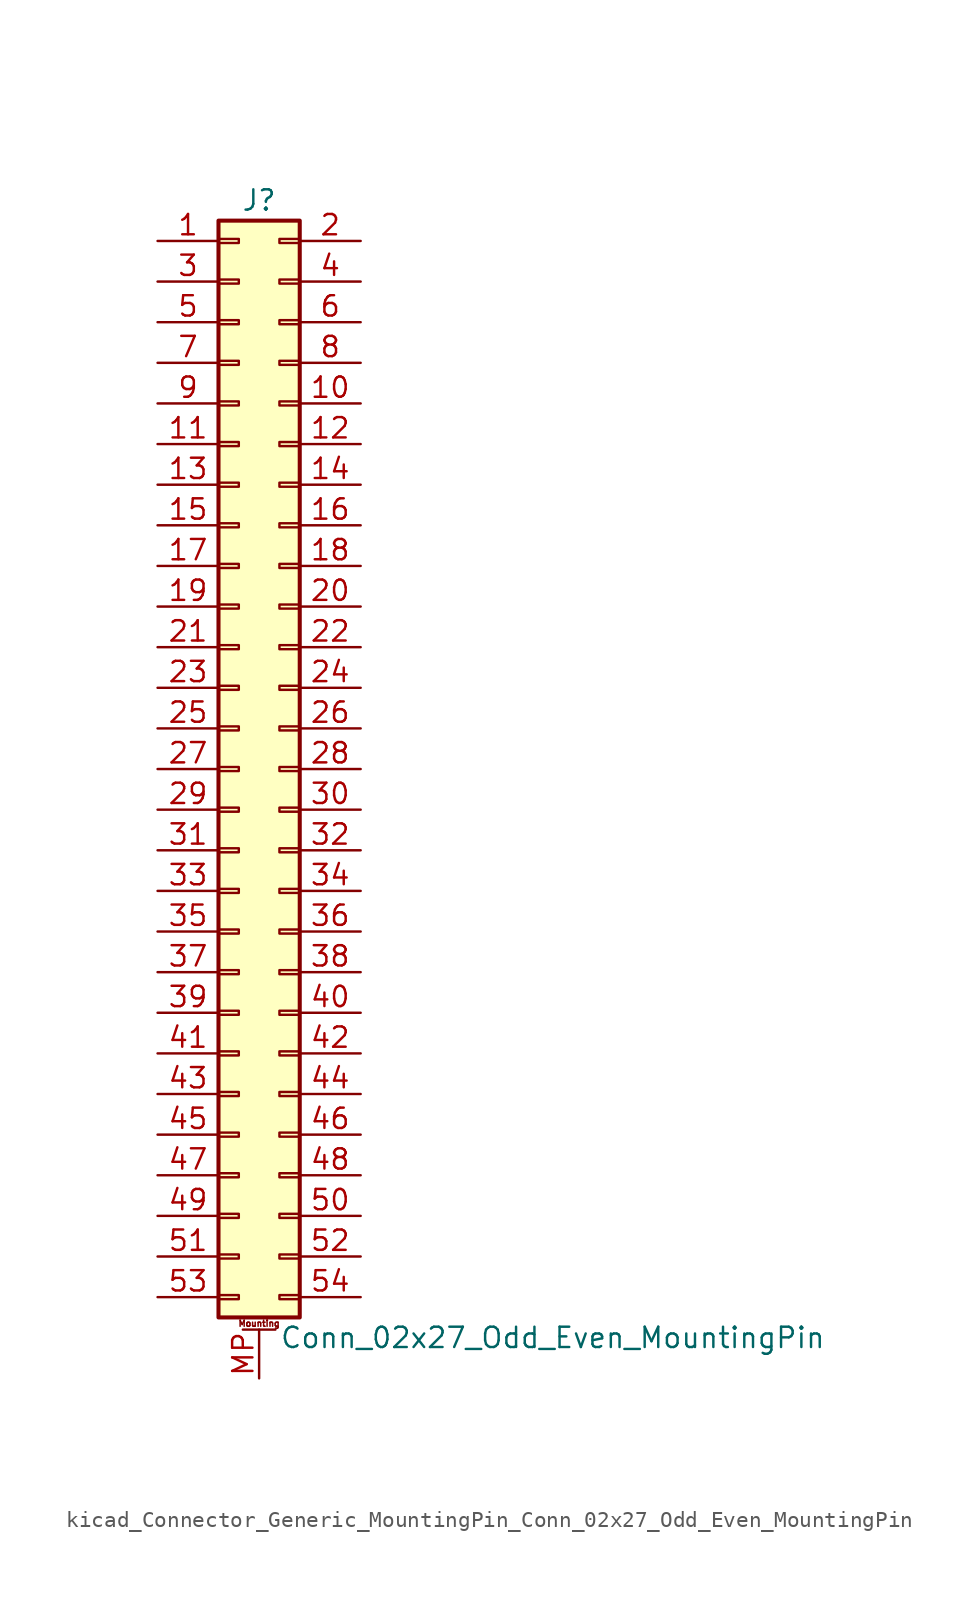
<source format=kicad_sym>
(kicad_symbol_lib
  (version 20220914)
  (generator kicad_symbol_editor)
  (symbol "kicad_Connector_Generic_MountingPin_Conn_02x27_Odd_Even_MountingPin"
    (pin_names
      (offset 1.016) hide)
    (property "Reference" "J"
      (at 1.27 35.56 0)
      (effects (font (size 1.27 1.27))))
    (property "Value" "Conn_02x27_Odd_Even_MountingPin"
      (at 2.54 -35.56 0)
      (effects (font (size 1.27 1.27)) (justify left)))
    (symbol "kicad_Connector_Generic_MountingPin_Conn_02x27_Odd_Even_MountingPin_1_1"
      (rectangle (start -1.27 -32.893) (end 0 -33.147) (stroke (width 0.152) (type default)) (fill (type none)))
      (rectangle (start -1.27 -30.353) (end 0 -30.607) (stroke (width 0.152) (type default)) (fill (type none)))
      (rectangle (start -1.27 -27.813) (end 0 -28.067) (stroke (width 0.152) (type default)) (fill (type none)))
      (rectangle (start -1.27 -25.273) (end 0 -25.527) (stroke (width 0.152) (type default)) (fill (type none)))
      (rectangle (start -1.27 -22.733) (end 0 -22.987) (stroke (width 0.152) (type default)) (fill (type none)))
      (rectangle (start -1.27 -20.193) (end 0 -20.447) (stroke (width 0.152) (type default)) (fill (type none)))
      (rectangle (start -1.27 -17.653) (end 0 -17.907) (stroke (width 0.152) (type default)) (fill (type none)))
      (rectangle (start -1.27 -15.113) (end 0 -15.367) (stroke (width 0.152) (type default)) (fill (type none)))
      (rectangle (start -1.27 -12.573) (end 0 -12.827) (stroke (width 0.152) (type default)) (fill (type none)))
      (rectangle (start -1.27 -10.033) (end 0 -10.287) (stroke (width 0.152) (type default)) (fill (type none)))
      (rectangle (start -1.27 -7.493) (end 0 -7.747) (stroke (width 0.152) (type default)) (fill (type none)))
      (rectangle (start -1.27 -4.953) (end 0 -5.207) (stroke (width 0.152) (type default)) (fill (type none)))
      (rectangle (start -1.27 -2.413) (end 0 -2.667) (stroke (width 0.152) (type default)) (fill (type none)))
      (rectangle (start -1.27 0.127) (end 0 -0.127) (stroke (width 0.152) (type default)) (fill (type none)))
      (rectangle (start -1.27 2.667) (end 0 2.413) (stroke (width 0.152) (type default)) (fill (type none)))
      (rectangle (start -1.27 5.207) (end 0 4.953) (stroke (width 0.152) (type default)) (fill (type none)))
      (rectangle (start -1.27 7.747) (end 0 7.493) (stroke (width 0.152) (type default)) (fill (type none)))
      (rectangle (start -1.27 10.287) (end 0 10.033) (stroke (width 0.152) (type default)) (fill (type none)))
      (rectangle (start -1.27 12.827) (end 0 12.573) (stroke (width 0.152) (type default)) (fill (type none)))
      (rectangle (start -1.27 15.367) (end 0 15.113) (stroke (width 0.152) (type default)) (fill (type none)))
      (rectangle (start -1.27 17.907) (end 0 17.653) (stroke (width 0.152) (type default)) (fill (type none)))
      (rectangle (start -1.27 20.447) (end 0 20.193) (stroke (width 0.152) (type default)) (fill (type none)))
      (rectangle (start -1.27 22.987) (end 0 22.733) (stroke (width 0.152) (type default)) (fill (type none)))
      (rectangle (start -1.27 25.527) (end 0 25.273) (stroke (width 0.152) (type default)) (fill (type none)))
      (rectangle (start -1.27 28.067) (end 0 27.813) (stroke (width 0.152) (type default)) (fill (type none)))
      (rectangle (start -1.27 30.607) (end 0 30.353) (stroke (width 0.152) (type default)) (fill (type none)))
      (rectangle (start -1.27 33.147) (end 0 32.893) (stroke (width 0.152) (type default)) (fill (type none)))
      (rectangle (start -1.27 34.29) (end 3.81 -34.29) (stroke (width 0.254) (type default)) (fill (type background)))
      (polyline (pts (xy 0.254 -35.052) (xy 2.286 -35.052)) (stroke (width 0.152) (type default)) (fill (type none)))
      (rectangle (start 3.81 -32.893) (end 2.54 -33.147) (stroke (width 0.152) (type default)) (fill (type none)))
      (rectangle (start 3.81 -30.353) (end 2.54 -30.607) (stroke (width 0.152) (type default)) (fill (type none)))
      (rectangle (start 3.81 -27.813) (end 2.54 -28.067) (stroke (width 0.152) (type default)) (fill (type none)))
      (rectangle (start 3.81 -25.273) (end 2.54 -25.527) (stroke (width 0.152) (type default)) (fill (type none)))
      (rectangle (start 3.81 -22.733) (end 2.54 -22.987) (stroke (width 0.152) (type default)) (fill (type none)))
      (rectangle (start 3.81 -20.193) (end 2.54 -20.447) (stroke (width 0.152) (type default)) (fill (type none)))
      (rectangle (start 3.81 -17.653) (end 2.54 -17.907) (stroke (width 0.152) (type default)) (fill (type none)))
      (rectangle (start 3.81 -15.113) (end 2.54 -15.367) (stroke (width 0.152) (type default)) (fill (type none)))
      (rectangle (start 3.81 -12.573) (end 2.54 -12.827) (stroke (width 0.152) (type default)) (fill (type none)))
      (rectangle (start 3.81 -10.033) (end 2.54 -10.287) (stroke (width 0.152) (type default)) (fill (type none)))
      (rectangle (start 3.81 -7.493) (end 2.54 -7.747) (stroke (width 0.152) (type default)) (fill (type none)))
      (rectangle (start 3.81 -4.953) (end 2.54 -5.207) (stroke (width 0.152) (type default)) (fill (type none)))
      (rectangle (start 3.81 -2.413) (end 2.54 -2.667) (stroke (width 0.152) (type default)) (fill (type none)))
      (rectangle (start 3.81 0.127) (end 2.54 -0.127) (stroke (width 0.152) (type default)) (fill (type none)))
      (rectangle (start 3.81 2.667) (end 2.54 2.413) (stroke (width 0.152) (type default)) (fill (type none)))
      (rectangle (start 3.81 5.207) (end 2.54 4.953) (stroke (width 0.152) (type default)) (fill (type none)))
      (rectangle (start 3.81 7.747) (end 2.54 7.493) (stroke (width 0.152) (type default)) (fill (type none)))
      (rectangle (start 3.81 10.287) (end 2.54 10.033) (stroke (width 0.152) (type default)) (fill (type none)))
      (rectangle (start 3.81 12.827) (end 2.54 12.573) (stroke (width 0.152) (type default)) (fill (type none)))
      (rectangle (start 3.81 15.367) (end 2.54 15.113) (stroke (width 0.152) (type default)) (fill (type none)))
      (rectangle (start 3.81 17.907) (end 2.54 17.653) (stroke (width 0.152) (type default)) (fill (type none)))
      (rectangle (start 3.81 20.447) (end 2.54 20.193) (stroke (width 0.152) (type default)) (fill (type none)))
      (rectangle (start 3.81 22.987) (end 2.54 22.733) (stroke (width 0.152) (type default)) (fill (type none)))
      (rectangle (start 3.81 25.527) (end 2.54 25.273) (stroke (width 0.152) (type default)) (fill (type none)))
      (rectangle (start 3.81 28.067) (end 2.54 27.813) (stroke (width 0.152) (type default)) (fill (type none)))
      (rectangle (start 3.81 30.607) (end 2.54 30.353) (stroke (width 0.152) (type default)) (fill (type none)))
      (rectangle (start 3.81 33.147) (end 2.54 32.893) (stroke (width 0.152) (type default)) (fill (type none)))
      (text "Mounting" (at 1.27 -34.671 0) (effects (font (size 0.381 0.381))))
      (pin passive line (at -5.08 33.02 0) (length 3.81) (name "Pin_1" (effects (font (size 1.27 1.27)))) (number "1" (effects (font (size 1.27 1.27)))))
      (pin passive line (at 7.62 22.86 180) (length 3.81) (name "Pin_10" (effects (font (size 1.27 1.27)))) (number "10" (effects (font (size 1.27 1.27)))))
      (pin passive line (at -5.08 20.32 0) (length 3.81) (name "Pin_11" (effects (font (size 1.27 1.27)))) (number "11" (effects (font (size 1.27 1.27)))))
      (pin passive line (at 7.62 20.32 180) (length 3.81) (name "Pin_12" (effects (font (size 1.27 1.27)))) (number "12" (effects (font (size 1.27 1.27)))))
      (pin passive line (at -5.08 17.78 0) (length 3.81) (name "Pin_13" (effects (font (size 1.27 1.27)))) (number "13" (effects (font (size 1.27 1.27)))))
      (pin passive line (at 7.62 17.78 180) (length 3.81) (name "Pin_14" (effects (font (size 1.27 1.27)))) (number "14" (effects (font (size 1.27 1.27)))))
      (pin passive line (at -5.08 15.24 0) (length 3.81) (name "Pin_15" (effects (font (size 1.27 1.27)))) (number "15" (effects (font (size 1.27 1.27)))))
      (pin passive line (at 7.62 15.24 180) (length 3.81) (name "Pin_16" (effects (font (size 1.27 1.27)))) (number "16" (effects (font (size 1.27 1.27)))))
      (pin passive line (at -5.08 12.7 0) (length 3.81) (name "Pin_17" (effects (font (size 1.27 1.27)))) (number "17" (effects (font (size 1.27 1.27)))))
      (pin passive line (at 7.62 12.7 180) (length 3.81) (name "Pin_18" (effects (font (size 1.27 1.27)))) (number "18" (effects (font (size 1.27 1.27)))))
      (pin passive line (at -5.08 10.16 0) (length 3.81) (name "Pin_19" (effects (font (size 1.27 1.27)))) (number "19" (effects (font (size 1.27 1.27)))))
      (pin passive line (at 7.62 33.02 180) (length 3.81) (name "Pin_2" (effects (font (size 1.27 1.27)))) (number "2" (effects (font (size 1.27 1.27)))))
      (pin passive line (at 7.62 10.16 180) (length 3.81) (name "Pin_20" (effects (font (size 1.27 1.27)))) (number "20" (effects (font (size 1.27 1.27)))))
      (pin passive line (at -5.08 7.62 0) (length 3.81) (name "Pin_21" (effects (font (size 1.27 1.27)))) (number "21" (effects (font (size 1.27 1.27)))))
      (pin passive line (at 7.62 7.62 180) (length 3.81) (name "Pin_22" (effects (font (size 1.27 1.27)))) (number "22" (effects (font (size 1.27 1.27)))))
      (pin passive line (at -5.08 5.08 0) (length 3.81) (name "Pin_23" (effects (font (size 1.27 1.27)))) (number "23" (effects (font (size 1.27 1.27)))))
      (pin passive line (at 7.62 5.08 180) (length 3.81) (name "Pin_24" (effects (font (size 1.27 1.27)))) (number "24" (effects (font (size 1.27 1.27)))))
      (pin passive line (at -5.08 2.54 0) (length 3.81) (name "Pin_25" (effects (font (size 1.27 1.27)))) (number "25" (effects (font (size 1.27 1.27)))))
      (pin passive line (at 7.62 2.54 180) (length 3.81) (name "Pin_26" (effects (font (size 1.27 1.27)))) (number "26" (effects (font (size 1.27 1.27)))))
      (pin passive line (at -5.08 0 0) (length 3.81) (name "Pin_27" (effects (font (size 1.27 1.27)))) (number "27" (effects (font (size 1.27 1.27)))))
      (pin passive line (at 7.62 0 180) (length 3.81) (name "Pin_28" (effects (font (size 1.27 1.27)))) (number "28" (effects (font (size 1.27 1.27)))))
      (pin passive line (at -5.08 -2.54 0) (length 3.81) (name "Pin_29" (effects (font (size 1.27 1.27)))) (number "29" (effects (font (size 1.27 1.27)))))
      (pin passive line (at -5.08 30.48 0) (length 3.81) (name "Pin_3" (effects (font (size 1.27 1.27)))) (number "3" (effects (font (size 1.27 1.27)))))
      (pin passive line (at 7.62 -2.54 180) (length 3.81) (name "Pin_30" (effects (font (size 1.27 1.27)))) (number "30" (effects (font (size 1.27 1.27)))))
      (pin passive line (at -5.08 -5.08 0) (length 3.81) (name "Pin_31" (effects (font (size 1.27 1.27)))) (number "31" (effects (font (size 1.27 1.27)))))
      (pin passive line (at 7.62 -5.08 180) (length 3.81) (name "Pin_32" (effects (font (size 1.27 1.27)))) (number "32" (effects (font (size 1.27 1.27)))))
      (pin passive line (at -5.08 -7.62 0) (length 3.81) (name "Pin_33" (effects (font (size 1.27 1.27)))) (number "33" (effects (font (size 1.27 1.27)))))
      (pin passive line (at 7.62 -7.62 180) (length 3.81) (name "Pin_34" (effects (font (size 1.27 1.27)))) (number "34" (effects (font (size 1.27 1.27)))))
      (pin passive line (at -5.08 -10.16 0) (length 3.81) (name "Pin_35" (effects (font (size 1.27 1.27)))) (number "35" (effects (font (size 1.27 1.27)))))
      (pin passive line (at 7.62 -10.16 180) (length 3.81) (name "Pin_36" (effects (font (size 1.27 1.27)))) (number "36" (effects (font (size 1.27 1.27)))))
      (pin passive line (at -5.08 -12.7 0) (length 3.81) (name "Pin_37" (effects (font (size 1.27 1.27)))) (number "37" (effects (font (size 1.27 1.27)))))
      (pin passive line (at 7.62 -12.7 180) (length 3.81) (name "Pin_38" (effects (font (size 1.27 1.27)))) (number "38" (effects (font (size 1.27 1.27)))))
      (pin passive line (at -5.08 -15.24 0) (length 3.81) (name "Pin_39" (effects (font (size 1.27 1.27)))) (number "39" (effects (font (size 1.27 1.27)))))
      (pin passive line (at 7.62 30.48 180) (length 3.81) (name "Pin_4" (effects (font (size 1.27 1.27)))) (number "4" (effects (font (size 1.27 1.27)))))
      (pin passive line (at 7.62 -15.24 180) (length 3.81) (name "Pin_40" (effects (font (size 1.27 1.27)))) (number "40" (effects (font (size 1.27 1.27)))))
      (pin passive line (at -5.08 -17.78 0) (length 3.81) (name "Pin_41" (effects (font (size 1.27 1.27)))) (number "41" (effects (font (size 1.27 1.27)))))
      (pin passive line (at 7.62 -17.78 180) (length 3.81) (name "Pin_42" (effects (font (size 1.27 1.27)))) (number "42" (effects (font (size 1.27 1.27)))))
      (pin passive line (at -5.08 -20.32 0) (length 3.81) (name "Pin_43" (effects (font (size 1.27 1.27)))) (number "43" (effects (font (size 1.27 1.27)))))
      (pin passive line (at 7.62 -20.32 180) (length 3.81) (name "Pin_44" (effects (font (size 1.27 1.27)))) (number "44" (effects (font (size 1.27 1.27)))))
      (pin passive line (at -5.08 -22.86 0) (length 3.81) (name "Pin_45" (effects (font (size 1.27 1.27)))) (number "45" (effects (font (size 1.27 1.27)))))
      (pin passive line (at 7.62 -22.86 180) (length 3.81) (name "Pin_46" (effects (font (size 1.27 1.27)))) (number "46" (effects (font (size 1.27 1.27)))))
      (pin passive line (at -5.08 -25.4 0) (length 3.81) (name "Pin_47" (effects (font (size 1.27 1.27)))) (number "47" (effects (font (size 1.27 1.27)))))
      (pin passive line (at 7.62 -25.4 180) (length 3.81) (name "Pin_48" (effects (font (size 1.27 1.27)))) (number "48" (effects (font (size 1.27 1.27)))))
      (pin passive line (at -5.08 -27.94 0) (length 3.81) (name "Pin_49" (effects (font (size 1.27 1.27)))) (number "49" (effects (font (size 1.27 1.27)))))
      (pin passive line (at -5.08 27.94 0) (length 3.81) (name "Pin_5" (effects (font (size 1.27 1.27)))) (number "5" (effects (font (size 1.27 1.27)))))
      (pin passive line (at 7.62 -27.94 180) (length 3.81) (name "Pin_50" (effects (font (size 1.27 1.27)))) (number "50" (effects (font (size 1.27 1.27)))))
      (pin passive line (at -5.08 -30.48 0) (length 3.81) (name "Pin_51" (effects (font (size 1.27 1.27)))) (number "51" (effects (font (size 1.27 1.27)))))
      (pin passive line (at 7.62 -30.48 180) (length 3.81) (name "Pin_52" (effects (font (size 1.27 1.27)))) (number "52" (effects (font (size 1.27 1.27)))))
      (pin passive line (at -5.08 -33.02 0) (length 3.81) (name "Pin_53" (effects (font (size 1.27 1.27)))) (number "53" (effects (font (size 1.27 1.27)))))
      (pin passive line (at 7.62 -33.02 180) (length 3.81) (name "Pin_54" (effects (font (size 1.27 1.27)))) (number "54" (effects (font (size 1.27 1.27)))))
      (pin passive line (at 7.62 27.94 180) (length 3.81) (name "Pin_6" (effects (font (size 1.27 1.27)))) (number "6" (effects (font (size 1.27 1.27)))))
      (pin passive line (at -5.08 25.4 0) (length 3.81) (name "Pin_7" (effects (font (size 1.27 1.27)))) (number "7" (effects (font (size 1.27 1.27)))))
      (pin passive line (at 7.62 25.4 180) (length 3.81) (name "Pin_8" (effects (font (size 1.27 1.27)))) (number "8" (effects (font (size 1.27 1.27)))))
      (pin passive line (at -5.08 22.86 0) (length 3.81) (name "Pin_9" (effects (font (size 1.27 1.27)))) (number "9" (effects (font (size 1.27 1.27)))))
      (pin passive line (at 1.27 -38.1 90) (length 3.048) (name "MountPin" (effects (font (size 1.27 1.27)))) (number "MP" (effects (font (size 1.27 1.27))))))))
</source>
